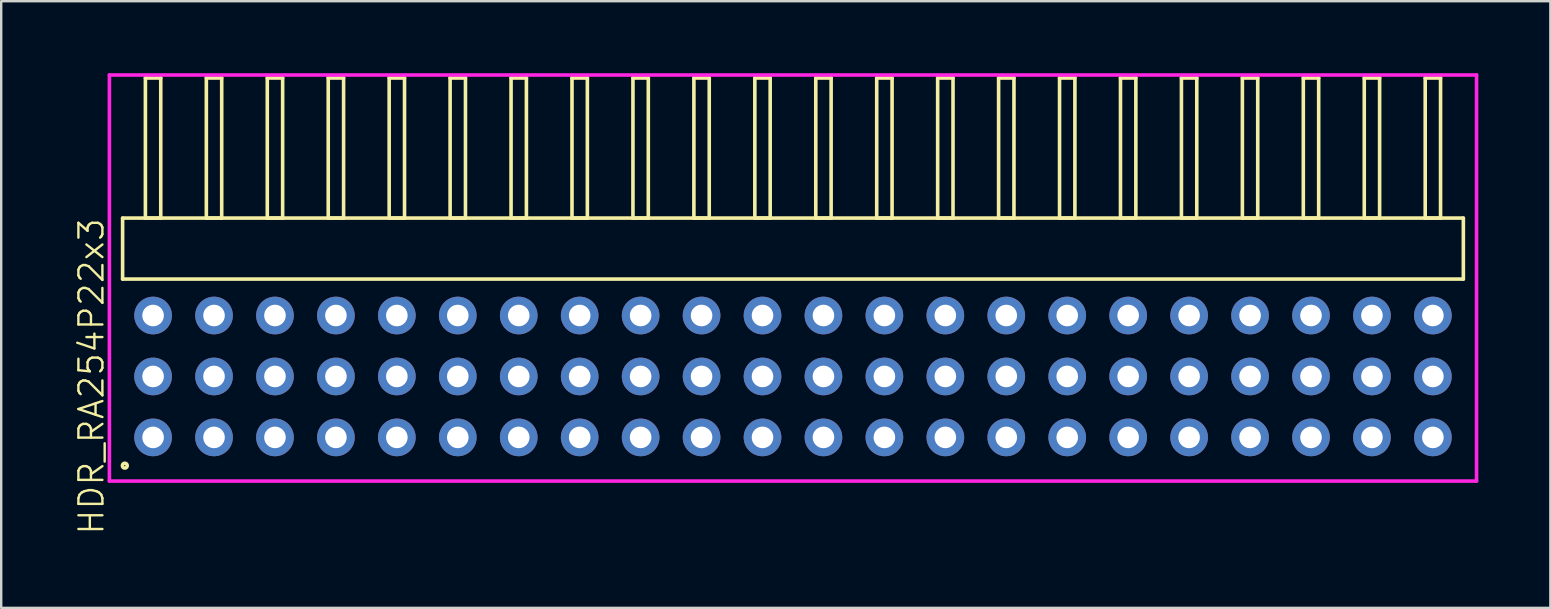
<source format=kicad_pcb>
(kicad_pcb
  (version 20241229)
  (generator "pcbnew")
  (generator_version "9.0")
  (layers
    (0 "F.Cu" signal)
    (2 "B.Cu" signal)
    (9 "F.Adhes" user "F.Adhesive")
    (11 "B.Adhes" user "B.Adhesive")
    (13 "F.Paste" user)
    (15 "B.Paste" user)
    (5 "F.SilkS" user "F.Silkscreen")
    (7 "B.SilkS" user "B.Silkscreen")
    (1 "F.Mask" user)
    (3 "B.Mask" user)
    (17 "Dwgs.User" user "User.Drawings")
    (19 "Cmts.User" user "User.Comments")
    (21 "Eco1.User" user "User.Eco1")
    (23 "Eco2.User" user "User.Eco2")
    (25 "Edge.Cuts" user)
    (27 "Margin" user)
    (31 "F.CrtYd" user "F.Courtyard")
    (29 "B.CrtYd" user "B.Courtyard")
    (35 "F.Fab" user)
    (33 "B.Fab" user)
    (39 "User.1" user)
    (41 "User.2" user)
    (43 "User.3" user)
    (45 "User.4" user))
  (footprint "HDR_RA254P22x3"
    (layer "F.Cu")
    (at 30 12.64)
    (property "Reference" "HDR_RA254P22x3" (at -29.24 0 90) (layer "F.SilkS") (effects (font (size 1 1) (thickness 0.1))))
    (attr through_hole)
    (fp_line (start -27.94 -6.6) (end -27.94 -4.06) (stroke (width 0.15) (type solid)) (layer "F.SilkS"))
    (fp_line (start -27.94 -4.06) (end 27.94 -4.06) (stroke (width 0.15) (type solid)) (layer "F.SilkS"))
    (fp_line (start -26.99 -12.44) (end -26.99 -6.6) (stroke (width 0.15) (type solid)) (layer "F.SilkS"))
    (fp_line (start -26.99 -6.6) (end -26.35 -6.6) (stroke (width 0.15) (type solid)) (layer "F.SilkS"))
    (fp_line (start -26.35 -12.44) (end -26.99 -12.44) (stroke (width 0.15) (type solid)) (layer "F.SilkS"))
    (fp_line (start -26.35 -6.6) (end -26.35 -12.44) (stroke (width 0.15) (type solid)) (layer "F.SilkS"))
    (fp_line (start -24.45 -12.44) (end -24.45 -6.6) (stroke (width 0.15) (type solid)) (layer "F.SilkS"))
    (fp_line (start -24.45 -6.6) (end -23.81 -6.6) (stroke (width 0.15) (type solid)) (layer "F.SilkS"))
    (fp_line (start -23.81 -12.44) (end -24.45 -12.44) (stroke (width 0.15) (type solid)) (layer "F.SilkS"))
    (fp_line (start -23.81 -6.6) (end -23.81 -12.44) (stroke (width 0.15) (type solid)) (layer "F.SilkS"))
    (fp_line (start -21.91 -12.44) (end -21.91 -6.6) (stroke (width 0.15) (type solid)) (layer "F.SilkS"))
    (fp_line (start -21.91 -6.6) (end -21.27 -6.6) (stroke (width 0.15) (type solid)) (layer "F.SilkS"))
    (fp_line (start -21.27 -12.44) (end -21.91 -12.44) (stroke (width 0.15) (type solid)) (layer "F.SilkS"))
    (fp_line (start -21.27 -6.6) (end -21.27 -12.44) (stroke (width 0.15) (type solid)) (layer "F.SilkS"))
    (fp_line (start -19.37 -12.44) (end -19.37 -6.6) (stroke (width 0.15) (type solid)) (layer "F.SilkS"))
    (fp_line (start -19.37 -6.6) (end -18.73 -6.6) (stroke (width 0.15) (type solid)) (layer "F.SilkS"))
    (fp_line (start -18.73 -12.44) (end -19.37 -12.44) (stroke (width 0.15) (type solid)) (layer "F.SilkS"))
    (fp_line (start -18.73 -6.6) (end -18.73 -12.44) (stroke (width 0.15) (type solid)) (layer "F.SilkS"))
    (fp_line (start -16.83 -12.44) (end -16.83 -6.6) (stroke (width 0.15) (type solid)) (layer "F.SilkS"))
    (fp_line (start -16.83 -6.6) (end -16.19 -6.6) (stroke (width 0.15) (type solid)) (layer "F.SilkS"))
    (fp_line (start -16.19 -12.44) (end -16.83 -12.44) (stroke (width 0.15) (type solid)) (layer "F.SilkS"))
    (fp_line (start -16.19 -6.6) (end -16.19 -12.44) (stroke (width 0.15) (type solid)) (layer "F.SilkS"))
    (fp_line (start -14.29 -12.44) (end -14.29 -6.6) (stroke (width 0.15) (type solid)) (layer "F.SilkS"))
    (fp_line (start -14.29 -6.6) (end -13.65 -6.6) (stroke (width 0.15) (type solid)) (layer "F.SilkS"))
    (fp_line (start -13.65 -12.44) (end -14.29 -12.44) (stroke (width 0.15) (type solid)) (layer "F.SilkS"))
    (fp_line (start -13.65 -6.6) (end -13.65 -12.44) (stroke (width 0.15) (type solid)) (layer "F.SilkS"))
    (fp_line (start -11.75 -12.44) (end -11.75 -6.6) (stroke (width 0.15) (type solid)) (layer "F.SilkS"))
    (fp_line (start -11.75 -6.6) (end -11.11 -6.6) (stroke (width 0.15) (type solid)) (layer "F.SilkS"))
    (fp_line (start -11.11 -12.44) (end -11.75 -12.44) (stroke (width 0.15) (type solid)) (layer "F.SilkS"))
    (fp_line (start -11.11 -6.6) (end -11.11 -12.44) (stroke (width 0.15) (type solid)) (layer "F.SilkS"))
    (fp_line (start -9.21 -12.44) (end -9.21 -6.6) (stroke (width 0.15) (type solid)) (layer "F.SilkS"))
    (fp_line (start -9.21 -6.6) (end -8.57 -6.6) (stroke (width 0.15) (type solid)) (layer "F.SilkS"))
    (fp_line (start -8.57 -12.44) (end -9.21 -12.44) (stroke (width 0.15) (type solid)) (layer "F.SilkS"))
    (fp_line (start -8.57 -6.6) (end -8.57 -12.44) (stroke (width 0.15) (type solid)) (layer "F.SilkS"))
    (fp_line (start -6.67 -12.44) (end -6.67 -6.6) (stroke (width 0.15) (type solid)) (layer "F.SilkS"))
    (fp_line (start -6.67 -6.6) (end -6.03 -6.6) (stroke (width 0.15) (type solid)) (layer "F.SilkS"))
    (fp_line (start -6.03 -12.44) (end -6.67 -12.44) (stroke (width 0.15) (type solid)) (layer "F.SilkS"))
    (fp_line (start -6.03 -6.6) (end -6.03 -12.44) (stroke (width 0.15) (type solid)) (layer "F.SilkS"))
    (fp_line (start -4.13 -12.44) (end -4.13 -6.6) (stroke (width 0.15) (type solid)) (layer "F.SilkS"))
    (fp_line (start -4.13 -6.6) (end -3.49 -6.6) (stroke (width 0.15) (type solid)) (layer "F.SilkS"))
    (fp_line (start -3.49 -12.44) (end -4.13 -12.44) (stroke (width 0.15) (type solid)) (layer "F.SilkS"))
    (fp_line (start -3.49 -6.6) (end -3.49 -12.44) (stroke (width 0.15) (type solid)) (layer "F.SilkS"))
    (fp_line (start -1.59 -12.44) (end -1.59 -6.6) (stroke (width 0.15) (type solid)) (layer "F.SilkS"))
    (fp_line (start -1.59 -6.6) (end -0.95 -6.6) (stroke (width 0.15) (type solid)) (layer "F.SilkS"))
    (fp_line (start -0.95 -12.44) (end -1.59 -12.44) (stroke (width 0.15) (type solid)) (layer "F.SilkS"))
    (fp_line (start -0.95 -6.6) (end -0.95 -12.44) (stroke (width 0.15) (type solid)) (layer "F.SilkS"))
    (fp_line (start 0.95 -12.44) (end 0.95 -6.6) (stroke (width 0.15) (type solid)) (layer "F.SilkS"))
    (fp_line (start 0.95 -6.6) (end 1.59 -6.6) (stroke (width 0.15) (type solid)) (layer "F.SilkS"))
    (fp_line (start 1.59 -12.44) (end 0.95 -12.44) (stroke (width 0.15) (type solid)) (layer "F.SilkS"))
    (fp_line (start 1.59 -6.6) (end 1.59 -12.44) (stroke (width 0.15) (type solid)) (layer "F.SilkS"))
    (fp_line (start 3.49 -12.44) (end 3.49 -6.6) (stroke (width 0.15) (type solid)) (layer "F.SilkS"))
    (fp_line (start 3.49 -6.6) (end 4.13 -6.6) (stroke (width 0.15) (type solid)) (layer "F.SilkS"))
    (fp_line (start 4.13 -12.44) (end 3.49 -12.44) (stroke (width 0.15) (type solid)) (layer "F.SilkS"))
    (fp_line (start 4.13 -6.6) (end 4.13 -12.44) (stroke (width 0.15) (type solid)) (layer "F.SilkS"))
    (fp_line (start 6.03 -12.44) (end 6.03 -6.6) (stroke (width 0.15) (type solid)) (layer "F.SilkS"))
    (fp_line (start 6.03 -6.6) (end 6.67 -6.6) (stroke (width 0.15) (type solid)) (layer "F.SilkS"))
    (fp_line (start 6.67 -12.44) (end 6.03 -12.44) (stroke (width 0.15) (type solid)) (layer "F.SilkS"))
    (fp_line (start 6.67 -6.6) (end 6.67 -12.44) (stroke (width 0.15) (type solid)) (layer "F.SilkS"))
    (fp_line (start 8.57 -12.44) (end 8.57 -6.6) (stroke (width 0.15) (type solid)) (layer "F.SilkS"))
    (fp_line (start 8.57 -6.6) (end 9.21 -6.6) (stroke (width 0.15) (type solid)) (layer "F.SilkS"))
    (fp_line (start 9.21 -12.44) (end 8.57 -12.44) (stroke (width 0.15) (type solid)) (layer "F.SilkS"))
    (fp_line (start 9.21 -6.6) (end 9.21 -12.44) (stroke (width 0.15) (type solid)) (layer "F.SilkS"))
    (fp_line (start 11.11 -12.44) (end 11.11 -6.6) (stroke (width 0.15) (type solid)) (layer "F.SilkS"))
    (fp_line (start 11.11 -6.6) (end 11.75 -6.6) (stroke (width 0.15) (type solid)) (layer "F.SilkS"))
    (fp_line (start 11.75 -12.44) (end 11.11 -12.44) (stroke (width 0.15) (type solid)) (layer "F.SilkS"))
    (fp_line (start 11.75 -6.6) (end 11.75 -12.44) (stroke (width 0.15) (type solid)) (layer "F.SilkS"))
    (fp_line (start 13.65 -12.44) (end 13.65 -6.6) (stroke (width 0.15) (type solid)) (layer "F.SilkS"))
    (fp_line (start 13.65 -6.6) (end 14.29 -6.6) (stroke (width 0.15) (type solid)) (layer "F.SilkS"))
    (fp_line (start 14.29 -12.44) (end 13.65 -12.44) (stroke (width 0.15) (type solid)) (layer "F.SilkS"))
    (fp_line (start 14.29 -6.6) (end 14.29 -12.44) (stroke (width 0.15) (type solid)) (layer "F.SilkS"))
    (fp_line (start 16.19 -12.44) (end 16.19 -6.6) (stroke (width 0.15) (type solid)) (layer "F.SilkS"))
    (fp_line (start 16.19 -6.6) (end 16.83 -6.6) (stroke (width 0.15) (type solid)) (layer "F.SilkS"))
    (fp_line (start 16.83 -12.44) (end 16.19 -12.44) (stroke (width 0.15) (type solid)) (layer "F.SilkS"))
    (fp_line (start 16.83 -6.6) (end 16.83 -12.44) (stroke (width 0.15) (type solid)) (layer "F.SilkS"))
    (fp_line (start 18.73 -12.44) (end 18.73 -6.6) (stroke (width 0.15) (type solid)) (layer "F.SilkS"))
    (fp_line (start 18.73 -6.6) (end 19.37 -6.6) (stroke (width 0.15) (type solid)) (layer "F.SilkS"))
    (fp_line (start 19.37 -12.44) (end 18.73 -12.44) (stroke (width 0.15) (type solid)) (layer "F.SilkS"))
    (fp_line (start 19.37 -6.6) (end 19.37 -12.44) (stroke (width 0.15) (type solid)) (layer "F.SilkS"))
    (fp_line (start 21.27 -12.44) (end 21.27 -6.6) (stroke (width 0.15) (type solid)) (layer "F.SilkS"))
    (fp_line (start 21.27 -6.6) (end 21.91 -6.6) (stroke (width 0.15) (type solid)) (layer "F.SilkS"))
    (fp_line (start 21.91 -12.44) (end 21.27 -12.44) (stroke (width 0.15) (type solid)) (layer "F.SilkS"))
    (fp_line (start 21.91 -6.6) (end 21.91 -12.44) (stroke (width 0.15) (type solid)) (layer "F.SilkS"))
    (fp_line (start 23.81 -12.44) (end 23.81 -6.6) (stroke (width 0.15) (type solid)) (layer "F.SilkS"))
    (fp_line (start 23.81 -6.6) (end 24.45 -6.6) (stroke (width 0.15) (type solid)) (layer "F.SilkS"))
    (fp_line (start 24.45 -12.44) (end 23.81 -12.44) (stroke (width 0.15) (type solid)) (layer "F.SilkS"))
    (fp_line (start 24.45 -6.6) (end 24.45 -12.44) (stroke (width 0.15) (type solid)) (layer "F.SilkS"))
    (fp_line (start 26.35 -12.44) (end 26.35 -6.6) (stroke (width 0.15) (type solid)) (layer "F.SilkS"))
    (fp_line (start 26.35 -6.6) (end 26.99 -6.6) (stroke (width 0.15) (type solid)) (layer "F.SilkS"))
    (fp_line (start 26.99 -12.44) (end 26.35 -12.44) (stroke (width 0.15) (type solid)) (layer "F.SilkS"))
    (fp_line (start 26.99 -6.6) (end 26.99 -12.44) (stroke (width 0.15) (type solid)) (layer "F.SilkS"))
    (fp_line (start 27.94 -6.6) (end -27.94 -6.6) (stroke (width 0.15) (type solid)) (layer "F.SilkS"))
    (fp_line (start 27.94 -4.06) (end 27.94 -6.6) (stroke (width 0.15) (type solid)) (layer "F.SilkS"))
    (fp_circle (center -27.848 3.718) (end -27.747 3.718) (stroke (width 0.15) (type solid)) (fill no) (layer "F.SilkS"))
    (fp_line (start -28.49 -12.565) (end -28.49 4.36) (stroke (width 0.15) (type solid)) (layer "F.CrtYd"))
    (fp_line (start -28.49 4.36) (end 28.49 4.36) (stroke (width 0.15) (type solid)) (layer "F.CrtYd"))
    (fp_line (start 28.49 -12.565) (end -28.49 -12.565) (stroke (width 0.15) (type solid)) (layer "F.CrtYd"))
    (fp_line (start 28.49 4.36) (end 28.49 -12.565) (stroke (width 0.15) (type solid)) (layer "F.CrtYd"))
    (pad "1" thru_hole oval (at -26.67 2.54) (size 1.57 1.57) (drill 0.9) (layers "*.Cu" "*.Mask"))
    (pad "2" thru_hole oval (at -26.67 0) (size 1.57 1.57) (drill 0.9) (layers "*.Cu" "*.Mask"))
    (pad "3" thru_hole oval (at -26.67 -2.54) (size 1.57 1.57) (drill 0.9) (layers "*.Cu" "*.Mask"))
    (pad "4" thru_hole oval (at -24.13 2.54) (size 1.57 1.57) (drill 0.9) (layers "*.Cu" "*.Mask"))
    (pad "5" thru_hole oval (at -24.13 0) (size 1.57 1.57) (drill 0.9) (layers "*.Cu" "*.Mask"))
    (pad "6" thru_hole oval (at -24.13 -2.54) (size 1.57 1.57) (drill 0.9) (layers "*.Cu" "*.Mask"))
    (pad "7" thru_hole oval (at -21.59 2.54) (size 1.57 1.57) (drill 0.9) (layers "*.Cu" "*.Mask"))
    (pad "8" thru_hole oval (at -21.59 0) (size 1.57 1.57) (drill 0.9) (layers "*.Cu" "*.Mask"))
    (pad "9" thru_hole oval (at -21.59 -2.54) (size 1.57 1.57) (drill 0.9) (layers "*.Cu" "*.Mask"))
    (pad "10" thru_hole oval (at -19.05 2.54) (size 1.57 1.57) (drill 0.9) (layers "*.Cu" "*.Mask"))
    (pad "11" thru_hole oval (at -19.05 0) (size 1.57 1.57) (drill 0.9) (layers "*.Cu" "*.Mask"))
    (pad "12" thru_hole oval (at -19.05 -2.54) (size 1.57 1.57) (drill 0.9) (layers "*.Cu" "*.Mask"))
    (pad "13" thru_hole oval (at -16.51 2.54) (size 1.57 1.57) (drill 0.9) (layers "*.Cu" "*.Mask"))
    (pad "14" thru_hole oval (at -16.51 0) (size 1.57 1.57) (drill 0.9) (layers "*.Cu" "*.Mask"))
    (pad "15" thru_hole oval (at -16.51 -2.54) (size 1.57 1.57) (drill 0.9) (layers "*.Cu" "*.Mask"))
    (pad "16" thru_hole oval (at -13.97 2.54) (size 1.57 1.57) (drill 0.9) (layers "*.Cu" "*.Mask"))
    (pad "17" thru_hole oval (at -13.97 0) (size 1.57 1.57) (drill 0.9) (layers "*.Cu" "*.Mask"))
    (pad "18" thru_hole oval (at -13.97 -2.54) (size 1.57 1.57) (drill 0.9) (layers "*.Cu" "*.Mask"))
    (pad "19" thru_hole oval (at -11.43 2.54) (size 1.57 1.57) (drill 0.9) (layers "*.Cu" "*.Mask"))
    (pad "20" thru_hole oval (at -11.43 0) (size 1.57 1.57) (drill 0.9) (layers "*.Cu" "*.Mask"))
    (pad "21" thru_hole oval (at -11.43 -2.54) (size 1.57 1.57) (drill 0.9) (layers "*.Cu" "*.Mask"))
    (pad "22" thru_hole oval (at -8.89 2.54) (size 1.57 1.57) (drill 0.9) (layers "*.Cu" "*.Mask"))
    (pad "23" thru_hole oval (at -8.89 0) (size 1.57 1.57) (drill 0.9) (layers "*.Cu" "*.Mask"))
    (pad "24" thru_hole oval (at -8.89 -2.54) (size 1.57 1.57) (drill 0.9) (layers "*.Cu" "*.Mask"))
    (pad "25" thru_hole oval (at -6.35 2.54) (size 1.57 1.57) (drill 0.9) (layers "*.Cu" "*.Mask"))
    (pad "26" thru_hole oval (at -6.35 0) (size 1.57 1.57) (drill 0.9) (layers "*.Cu" "*.Mask"))
    (pad "27" thru_hole oval (at -6.35 -2.54) (size 1.57 1.57) (drill 0.9) (layers "*.Cu" "*.Mask"))
    (pad "28" thru_hole oval (at -3.81 2.54) (size 1.57 1.57) (drill 0.9) (layers "*.Cu" "*.Mask"))
    (pad "29" thru_hole oval (at -3.81 0) (size 1.57 1.57) (drill 0.9) (layers "*.Cu" "*.Mask"))
    (pad "30" thru_hole oval (at -3.81 -2.54) (size 1.57 1.57) (drill 0.9) (layers "*.Cu" "*.Mask"))
    (pad "31" thru_hole oval (at -1.27 2.54) (size 1.57 1.57) (drill 0.9) (layers "*.Cu" "*.Mask"))
    (pad "32" thru_hole oval (at -1.27 0) (size 1.57 1.57) (drill 0.9) (layers "*.Cu" "*.Mask"))
    (pad "33" thru_hole oval (at -1.27 -2.54) (size 1.57 1.57) (drill 0.9) (layers "*.Cu" "*.Mask"))
    (pad "34" thru_hole oval (at 1.27 2.54) (size 1.57 1.57) (drill 0.9) (layers "*.Cu" "*.Mask"))
    (pad "35" thru_hole oval (at 1.27 0) (size 1.57 1.57) (drill 0.9) (layers "*.Cu" "*.Mask"))
    (pad "36" thru_hole oval (at 1.27 -2.54) (size 1.57 1.57) (drill 0.9) (layers "*.Cu" "*.Mask"))
    (pad "37" thru_hole oval (at 3.81 2.54) (size 1.57 1.57) (drill 0.9) (layers "*.Cu" "*.Mask"))
    (pad "38" thru_hole oval (at 3.81 0) (size 1.57 1.57) (drill 0.9) (layers "*.Cu" "*.Mask"))
    (pad "39" thru_hole oval (at 3.81 -2.54) (size 1.57 1.57) (drill 0.9) (layers "*.Cu" "*.Mask"))
    (pad "40" thru_hole oval (at 6.35 2.54) (size 1.57 1.57) (drill 0.9) (layers "*.Cu" "*.Mask"))
    (pad "41" thru_hole oval (at 6.35 0) (size 1.57 1.57) (drill 0.9) (layers "*.Cu" "*.Mask"))
    (pad "42" thru_hole oval (at 6.35 -2.54) (size 1.57 1.57) (drill 0.9) (layers "*.Cu" "*.Mask"))
    (pad "43" thru_hole oval (at 8.89 2.54) (size 1.57 1.57) (drill 0.9) (layers "*.Cu" "*.Mask"))
    (pad "44" thru_hole oval (at 8.89 0) (size 1.57 1.57) (drill 0.9) (layers "*.Cu" "*.Mask"))
    (pad "45" thru_hole oval (at 8.89 -2.54) (size 1.57 1.57) (drill 0.9) (layers "*.Cu" "*.Mask"))
    (pad "46" thru_hole oval (at 11.43 2.54) (size 1.57 1.57) (drill 0.9) (layers "*.Cu" "*.Mask"))
    (pad "47" thru_hole oval (at 11.43 0) (size 1.57 1.57) (drill 0.9) (layers "*.Cu" "*.Mask"))
    (pad "48" thru_hole oval (at 11.43 -2.54) (size 1.57 1.57) (drill 0.9) (layers "*.Cu" "*.Mask"))
    (pad "49" thru_hole oval (at 13.97 2.54) (size 1.57 1.57) (drill 0.9) (layers "*.Cu" "*.Mask"))
    (pad "50" thru_hole oval (at 13.97 0) (size 1.57 1.57) (drill 0.9) (layers "*.Cu" "*.Mask"))
    (pad "51" thru_hole oval (at 13.97 -2.54) (size 1.57 1.57) (drill 0.9) (layers "*.Cu" "*.Mask"))
    (pad "52" thru_hole oval (at 16.51 2.54) (size 1.57 1.57) (drill 0.9) (layers "*.Cu" "*.Mask"))
    (pad "53" thru_hole oval (at 16.51 0) (size 1.57 1.57) (drill 0.9) (layers "*.Cu" "*.Mask"))
    (pad "54" thru_hole oval (at 16.51 -2.54) (size 1.57 1.57) (drill 0.9) (layers "*.Cu" "*.Mask"))
    (pad "55" thru_hole oval (at 19.05 2.54) (size 1.57 1.57) (drill 0.9) (layers "*.Cu" "*.Mask"))
    (pad "56" thru_hole oval (at 19.05 0) (size 1.57 1.57) (drill 0.9) (layers "*.Cu" "*.Mask"))
    (pad "57" thru_hole oval (at 19.05 -2.54) (size 1.57 1.57) (drill 0.9) (layers "*.Cu" "*.Mask"))
    (pad "58" thru_hole oval (at 21.59 2.54) (size 1.57 1.57) (drill 0.9) (layers "*.Cu" "*.Mask"))
    (pad "59" thru_hole oval (at 21.59 0) (size 1.57 1.57) (drill 0.9) (layers "*.Cu" "*.Mask"))
    (pad "60" thru_hole oval (at 21.59 -2.54) (size 1.57 1.57) (drill 0.9) (layers "*.Cu" "*.Mask"))
    (pad "61" thru_hole oval (at 24.13 2.54) (size 1.57 1.57) (drill 0.9) (layers "*.Cu" "*.Mask"))
    (pad "62" thru_hole oval (at 24.13 0) (size 1.57 1.57) (drill 0.9) (layers "*.Cu" "*.Mask"))
    (pad "63" thru_hole oval (at 24.13 -2.54) (size 1.57 1.57) (drill 0.9) (layers "*.Cu" "*.Mask"))
    (pad "64" thru_hole oval (at 26.67 2.54) (size 1.57 1.57) (drill 0.9) (layers "*.Cu" "*.Mask"))
    (pad "65" thru_hole oval (at 26.67 0) (size 1.57 1.57) (drill 0.9) (layers "*.Cu" "*.Mask"))
    (pad "66" thru_hole oval (at 26.67 -2.54) (size 1.57 1.57) (drill 0.9) (layers "*.Cu" "*.Mask")))
  (gr_rect
    (start -3 -3)
    (end 61.566 22.285)
    (stroke (width 0.1) (type default))
    (fill no)
    (layer "Edge.Cuts")))
</source>
